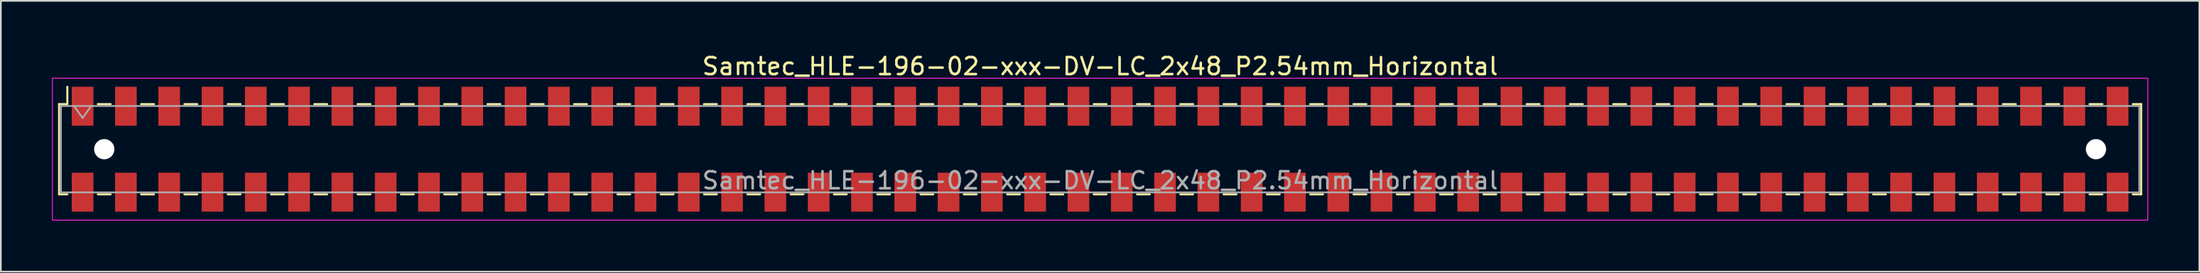
<source format=kicad_pcb>
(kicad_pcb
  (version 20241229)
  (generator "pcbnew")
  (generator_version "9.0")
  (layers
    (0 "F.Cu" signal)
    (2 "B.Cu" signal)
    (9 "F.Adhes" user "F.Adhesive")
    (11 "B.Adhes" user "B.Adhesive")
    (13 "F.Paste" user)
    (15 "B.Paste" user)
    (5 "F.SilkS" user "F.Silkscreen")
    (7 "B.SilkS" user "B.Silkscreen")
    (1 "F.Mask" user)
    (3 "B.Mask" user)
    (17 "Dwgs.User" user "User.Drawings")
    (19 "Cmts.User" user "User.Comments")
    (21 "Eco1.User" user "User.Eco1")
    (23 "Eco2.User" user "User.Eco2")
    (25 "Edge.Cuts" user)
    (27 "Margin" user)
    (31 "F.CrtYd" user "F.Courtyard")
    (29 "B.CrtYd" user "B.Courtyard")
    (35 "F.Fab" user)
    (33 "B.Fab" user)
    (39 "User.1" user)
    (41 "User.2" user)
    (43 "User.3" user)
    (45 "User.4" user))
  (footprint "Samtec_HLE-196-02-xxx-DV-LC_2x48_P2.54mm_Horizontal"
    (layer "F.Cu")
    (at 61.485 5.718)
    (property "Reference" "Samtec_HLE-196-02-xxx-DV-LC_2x48_P2.54mm_Horizontal" (at 0 -4.87 0) (layer "F.SilkS") (effects (font (size 1 1) (thickness 0.15))))
    (attr smd)
    (fp_line (start -61.07 -2.65) (end -61.07 2.65) (stroke (width 0.12) (type solid)) (layer "F.SilkS"))
    (fp_line (start -61.07 2.65) (end -60.585 2.65) (stroke (width 0.12) (type solid)) (layer "F.SilkS"))
    (fp_line (start -60.585 -3.67) (end -60.585 -2.65) (stroke (width 0.12) (type solid)) (layer "F.SilkS"))
    (fp_line (start -60.585 -2.65) (end -61.07 -2.65) (stroke (width 0.12) (type solid)) (layer "F.SilkS"))
    (fp_line (start -58.795 -2.65) (end -58.045 -2.65) (stroke (width 0.12) (type solid)) (layer "F.SilkS"))
    (fp_line (start -58.795 2.65) (end -58.045 2.65) (stroke (width 0.12) (type solid)) (layer "F.SilkS"))
    (fp_line (start -56.255 -2.65) (end -55.505 -2.65) (stroke (width 0.12) (type solid)) (layer "F.SilkS"))
    (fp_line (start -56.255 2.65) (end -55.505 2.65) (stroke (width 0.12) (type solid)) (layer "F.SilkS"))
    (fp_line (start -53.715 -2.65) (end -52.965 -2.65) (stroke (width 0.12) (type solid)) (layer "F.SilkS"))
    (fp_line (start -53.715 2.65) (end -52.965 2.65) (stroke (width 0.12) (type solid)) (layer "F.SilkS"))
    (fp_line (start -51.175 -2.65) (end -50.425 -2.65) (stroke (width 0.12) (type solid)) (layer "F.SilkS"))
    (fp_line (start -51.175 2.65) (end -50.425 2.65) (stroke (width 0.12) (type solid)) (layer "F.SilkS"))
    (fp_line (start -48.635 -2.65) (end -47.885 -2.65) (stroke (width 0.12) (type solid)) (layer "F.SilkS"))
    (fp_line (start -48.635 2.65) (end -47.885 2.65) (stroke (width 0.12) (type solid)) (layer "F.SilkS"))
    (fp_line (start -46.095 -2.65) (end -45.345 -2.65) (stroke (width 0.12) (type solid)) (layer "F.SilkS"))
    (fp_line (start -46.095 2.65) (end -45.345 2.65) (stroke (width 0.12) (type solid)) (layer "F.SilkS"))
    (fp_line (start -43.555 -2.65) (end -42.805 -2.65) (stroke (width 0.12) (type solid)) (layer "F.SilkS"))
    (fp_line (start -43.555 2.65) (end -42.805 2.65) (stroke (width 0.12) (type solid)) (layer "F.SilkS"))
    (fp_line (start -41.015 -2.65) (end -40.265 -2.65) (stroke (width 0.12) (type solid)) (layer "F.SilkS"))
    (fp_line (start -41.015 2.65) (end -40.265 2.65) (stroke (width 0.12) (type solid)) (layer "F.SilkS"))
    (fp_line (start -38.475 -2.65) (end -37.725 -2.65) (stroke (width 0.12) (type solid)) (layer "F.SilkS"))
    (fp_line (start -38.475 2.65) (end -37.725 2.65) (stroke (width 0.12) (type solid)) (layer "F.SilkS"))
    (fp_line (start -35.935 -2.65) (end -35.185 -2.65) (stroke (width 0.12) (type solid)) (layer "F.SilkS"))
    (fp_line (start -35.935 2.65) (end -35.185 2.65) (stroke (width 0.12) (type solid)) (layer "F.SilkS"))
    (fp_line (start -33.395 -2.65) (end -32.645 -2.65) (stroke (width 0.12) (type solid)) (layer "F.SilkS"))
    (fp_line (start -33.395 2.65) (end -32.645 2.65) (stroke (width 0.12) (type solid)) (layer "F.SilkS"))
    (fp_line (start -30.855 -2.65) (end -30.105 -2.65) (stroke (width 0.12) (type solid)) (layer "F.SilkS"))
    (fp_line (start -30.855 2.65) (end -30.105 2.65) (stroke (width 0.12) (type solid)) (layer "F.SilkS"))
    (fp_line (start -28.315 -2.65) (end -27.565 -2.65) (stroke (width 0.12) (type solid)) (layer "F.SilkS"))
    (fp_line (start -28.315 2.65) (end -27.565 2.65) (stroke (width 0.12) (type solid)) (layer "F.SilkS"))
    (fp_line (start -25.775 -2.65) (end -25.025 -2.65) (stroke (width 0.12) (type solid)) (layer "F.SilkS"))
    (fp_line (start -25.775 2.65) (end -25.025 2.65) (stroke (width 0.12) (type solid)) (layer "F.SilkS"))
    (fp_line (start -23.235 -2.65) (end -22.485 -2.65) (stroke (width 0.12) (type solid)) (layer "F.SilkS"))
    (fp_line (start -23.235 2.65) (end -22.485 2.65) (stroke (width 0.12) (type solid)) (layer "F.SilkS"))
    (fp_line (start -20.695 -2.65) (end -19.945 -2.65) (stroke (width 0.12) (type solid)) (layer "F.SilkS"))
    (fp_line (start -20.695 2.65) (end -19.945 2.65) (stroke (width 0.12) (type solid)) (layer "F.SilkS"))
    (fp_line (start -18.155 -2.65) (end -17.405 -2.65) (stroke (width 0.12) (type solid)) (layer "F.SilkS"))
    (fp_line (start -18.155 2.65) (end -17.405 2.65) (stroke (width 0.12) (type solid)) (layer "F.SilkS"))
    (fp_line (start -15.615 -2.65) (end -14.865 -2.65) (stroke (width 0.12) (type solid)) (layer "F.SilkS"))
    (fp_line (start -15.615 2.65) (end -14.865 2.65) (stroke (width 0.12) (type solid)) (layer "F.SilkS"))
    (fp_line (start -13.075 -2.65) (end -12.325 -2.65) (stroke (width 0.12) (type solid)) (layer "F.SilkS"))
    (fp_line (start -13.075 2.65) (end -12.325 2.65) (stroke (width 0.12) (type solid)) (layer "F.SilkS"))
    (fp_line (start -10.535 -2.65) (end -9.785 -2.65) (stroke (width 0.12) (type solid)) (layer "F.SilkS"))
    (fp_line (start -10.535 2.65) (end -9.785 2.65) (stroke (width 0.12) (type solid)) (layer "F.SilkS"))
    (fp_line (start -7.995 -2.65) (end -7.245 -2.65) (stroke (width 0.12) (type solid)) (layer "F.SilkS"))
    (fp_line (start -7.995 2.65) (end -7.245 2.65) (stroke (width 0.12) (type solid)) (layer "F.SilkS"))
    (fp_line (start -5.455 -2.65) (end -4.705 -2.65) (stroke (width 0.12) (type solid)) (layer "F.SilkS"))
    (fp_line (start -5.455 2.65) (end -4.705 2.65) (stroke (width 0.12) (type solid)) (layer "F.SilkS"))
    (fp_line (start -2.915 -2.65) (end -2.165 -2.65) (stroke (width 0.12) (type solid)) (layer "F.SilkS"))
    (fp_line (start -2.915 2.65) (end -2.165 2.65) (stroke (width 0.12) (type solid)) (layer "F.SilkS"))
    (fp_line (start -0.375 -2.65) (end 0.375 -2.65) (stroke (width 0.12) (type solid)) (layer "F.SilkS"))
    (fp_line (start -0.375 2.65) (end 0.375 2.65) (stroke (width 0.12) (type solid)) (layer "F.SilkS"))
    (fp_line (start 2.165 -2.65) (end 2.915 -2.65) (stroke (width 0.12) (type solid)) (layer "F.SilkS"))
    (fp_line (start 2.165 2.65) (end 2.915 2.65) (stroke (width 0.12) (type solid)) (layer "F.SilkS"))
    (fp_line (start 4.705 -2.65) (end 5.455 -2.65) (stroke (width 0.12) (type solid)) (layer "F.SilkS"))
    (fp_line (start 4.705 2.65) (end 5.455 2.65) (stroke (width 0.12) (type solid)) (layer "F.SilkS"))
    (fp_line (start 7.245 -2.65) (end 7.995 -2.65) (stroke (width 0.12) (type solid)) (layer "F.SilkS"))
    (fp_line (start 7.245 2.65) (end 7.995 2.65) (stroke (width 0.12) (type solid)) (layer "F.SilkS"))
    (fp_line (start 9.785 -2.65) (end 10.535 -2.65) (stroke (width 0.12) (type solid)) (layer "F.SilkS"))
    (fp_line (start 9.785 2.65) (end 10.535 2.65) (stroke (width 0.12) (type solid)) (layer "F.SilkS"))
    (fp_line (start 12.325 -2.65) (end 13.075 -2.65) (stroke (width 0.12) (type solid)) (layer "F.SilkS"))
    (fp_line (start 12.325 2.65) (end 13.075 2.65) (stroke (width 0.12) (type solid)) (layer "F.SilkS"))
    (fp_line (start 14.865 -2.65) (end 15.615 -2.65) (stroke (width 0.12) (type solid)) (layer "F.SilkS"))
    (fp_line (start 14.865 2.65) (end 15.615 2.65) (stroke (width 0.12) (type solid)) (layer "F.SilkS"))
    (fp_line (start 17.405 -2.65) (end 18.155 -2.65) (stroke (width 0.12) (type solid)) (layer "F.SilkS"))
    (fp_line (start 17.405 2.65) (end 18.155 2.65) (stroke (width 0.12) (type solid)) (layer "F.SilkS"))
    (fp_line (start 19.945 -2.65) (end 20.695 -2.65) (stroke (width 0.12) (type solid)) (layer "F.SilkS"))
    (fp_line (start 19.945 2.65) (end 20.695 2.65) (stroke (width 0.12) (type solid)) (layer "F.SilkS"))
    (fp_line (start 22.485 -2.65) (end 23.235 -2.65) (stroke (width 0.12) (type solid)) (layer "F.SilkS"))
    (fp_line (start 22.485 2.65) (end 23.235 2.65) (stroke (width 0.12) (type solid)) (layer "F.SilkS"))
    (fp_line (start 25.025 -2.65) (end 25.775 -2.65) (stroke (width 0.12) (type solid)) (layer "F.SilkS"))
    (fp_line (start 25.025 2.65) (end 25.775 2.65) (stroke (width 0.12) (type solid)) (layer "F.SilkS"))
    (fp_line (start 27.565 -2.65) (end 28.315 -2.65) (stroke (width 0.12) (type solid)) (layer "F.SilkS"))
    (fp_line (start 27.565 2.65) (end 28.315 2.65) (stroke (width 0.12) (type solid)) (layer "F.SilkS"))
    (fp_line (start 30.105 -2.65) (end 30.855 -2.65) (stroke (width 0.12) (type solid)) (layer "F.SilkS"))
    (fp_line (start 30.105 2.65) (end 30.855 2.65) (stroke (width 0.12) (type solid)) (layer "F.SilkS"))
    (fp_line (start 32.645 -2.65) (end 33.395 -2.65) (stroke (width 0.12) (type solid)) (layer "F.SilkS"))
    (fp_line (start 32.645 2.65) (end 33.395 2.65) (stroke (width 0.12) (type solid)) (layer "F.SilkS"))
    (fp_line (start 35.185 -2.65) (end 35.935 -2.65) (stroke (width 0.12) (type solid)) (layer "F.SilkS"))
    (fp_line (start 35.185 2.65) (end 35.935 2.65) (stroke (width 0.12) (type solid)) (layer "F.SilkS"))
    (fp_line (start 37.725 -2.65) (end 38.475 -2.65) (stroke (width 0.12) (type solid)) (layer "F.SilkS"))
    (fp_line (start 37.725 2.65) (end 38.475 2.65) (stroke (width 0.12) (type solid)) (layer "F.SilkS"))
    (fp_line (start 40.265 -2.65) (end 41.015 -2.65) (stroke (width 0.12) (type solid)) (layer "F.SilkS"))
    (fp_line (start 40.265 2.65) (end 41.015 2.65) (stroke (width 0.12) (type solid)) (layer "F.SilkS"))
    (fp_line (start 42.805 -2.65) (end 43.555 -2.65) (stroke (width 0.12) (type solid)) (layer "F.SilkS"))
    (fp_line (start 42.805 2.65) (end 43.555 2.65) (stroke (width 0.12) (type solid)) (layer "F.SilkS"))
    (fp_line (start 45.345 -2.65) (end 46.095 -2.65) (stroke (width 0.12) (type solid)) (layer "F.SilkS"))
    (fp_line (start 45.345 2.65) (end 46.095 2.65) (stroke (width 0.12) (type solid)) (layer "F.SilkS"))
    (fp_line (start 47.885 -2.65) (end 48.635 -2.65) (stroke (width 0.12) (type solid)) (layer "F.SilkS"))
    (fp_line (start 47.885 2.65) (end 48.635 2.65) (stroke (width 0.12) (type solid)) (layer "F.SilkS"))
    (fp_line (start 50.425 -2.65) (end 51.175 -2.65) (stroke (width 0.12) (type solid)) (layer "F.SilkS"))
    (fp_line (start 50.425 2.65) (end 51.175 2.65) (stroke (width 0.12) (type solid)) (layer "F.SilkS"))
    (fp_line (start 52.965 -2.65) (end 53.715 -2.65) (stroke (width 0.12) (type solid)) (layer "F.SilkS"))
    (fp_line (start 52.965 2.65) (end 53.715 2.65) (stroke (width 0.12) (type solid)) (layer "F.SilkS"))
    (fp_line (start 55.505 -2.65) (end 56.255 -2.65) (stroke (width 0.12) (type solid)) (layer "F.SilkS"))
    (fp_line (start 55.505 2.65) (end 56.255 2.65) (stroke (width 0.12) (type solid)) (layer "F.SilkS"))
    (fp_line (start 58.045 -2.65) (end 58.795 -2.65) (stroke (width 0.12) (type solid)) (layer "F.SilkS"))
    (fp_line (start 58.045 2.65) (end 58.795 2.65) (stroke (width 0.12) (type solid)) (layer "F.SilkS"))
    (fp_line (start 60.585 -2.65) (end 61.07 -2.65) (stroke (width 0.12) (type solid)) (layer "F.SilkS"))
    (fp_line (start 61.07 -2.65) (end 61.07 2.65) (stroke (width 0.12) (type solid)) (layer "F.SilkS"))
    (fp_line (start 61.07 2.65) (end 60.585 2.65) (stroke (width 0.12) (type solid)) (layer "F.SilkS"))
    (fp_line (start -61.46 -4.17) (end 61.46 -4.17) (stroke (width 0.05) (type solid)) (layer "F.CrtYd"))
    (fp_line (start -61.46 4.17) (end -61.46 -4.17) (stroke (width 0.05) (type solid)) (layer "F.CrtYd"))
    (fp_line (start 61.46 -4.17) (end 61.46 4.17) (stroke (width 0.05) (type solid)) (layer "F.CrtYd"))
    (fp_line (start 61.46 4.17) (end -61.46 4.17) (stroke (width 0.05) (type solid)) (layer "F.CrtYd"))
    (fp_line (start -60.96 -2.54) (end 60.96 -2.54) (stroke (width 0.1) (type solid)) (layer "F.Fab"))
    (fp_line (start -60.96 2.54) (end -60.96 -2.54) (stroke (width 0.1) (type solid)) (layer "F.Fab"))
    (fp_line (start -60.19 -2.54) (end -59.69 -1.833) (stroke (width 0.1) (type solid)) (layer "F.Fab"))
    (fp_line (start -59.69 -1.833) (end -59.19 -2.54) (stroke (width 0.1) (type solid)) (layer "F.Fab"))
    (fp_line (start 60.96 -2.54) (end 60.96 2.54) (stroke (width 0.1) (type solid)) (layer "F.Fab"))
    (fp_line (start 60.96 2.54) (end -60.96 2.54) (stroke (width 0.1) (type solid)) (layer "F.Fab"))
    (fp_text user "${REFERENCE}" (at 0 1.84 0) (layer "F.Fab") (effects (font (size 1 1) (thickness 0.15))))
    (pad "" np_thru_hole circle (at -58.42 0) (size 1.19 1.19) (drill 1.19) (layers "*.Cu" "*.Mask"))
    (pad "" np_thru_hole circle (at 58.42 0) (size 1.19 1.19) (drill 1.19) (layers "*.Cu" "*.Mask"))
    (pad "1" smd rect (at -59.69 -2.525) (size 1.27 2.29) (layers "F.Cu" "F.Mask" "F.Paste"))
    (pad "2" smd rect (at -59.69 2.525) (size 1.27 2.29) (layers "F.Cu" "F.Mask" "F.Paste"))
    (pad "3" smd rect (at -57.15 -2.525) (size 1.27 2.29) (layers "F.Cu" "F.Mask" "F.Paste"))
    (pad "4" smd rect (at -57.15 2.525) (size 1.27 2.29) (layers "F.Cu" "F.Mask" "F.Paste"))
    (pad "5" smd rect (at -54.61 -2.525) (size 1.27 2.29) (layers "F.Cu" "F.Mask" "F.Paste"))
    (pad "6" smd rect (at -54.61 2.525) (size 1.27 2.29) (layers "F.Cu" "F.Mask" "F.Paste"))
    (pad "7" smd rect (at -52.07 -2.525) (size 1.27 2.29) (layers "F.Cu" "F.Mask" "F.Paste"))
    (pad "8" smd rect (at -52.07 2.525) (size 1.27 2.29) (layers "F.Cu" "F.Mask" "F.Paste"))
    (pad "9" smd rect (at -49.53 -2.525) (size 1.27 2.29) (layers "F.Cu" "F.Mask" "F.Paste"))
    (pad "10" smd rect (at -49.53 2.525) (size 1.27 2.29) (layers "F.Cu" "F.Mask" "F.Paste"))
    (pad "11" smd rect (at -46.99 -2.525) (size 1.27 2.29) (layers "F.Cu" "F.Mask" "F.Paste"))
    (pad "12" smd rect (at -46.99 2.525) (size 1.27 2.29) (layers "F.Cu" "F.Mask" "F.Paste"))
    (pad "13" smd rect (at -44.45 -2.525) (size 1.27 2.29) (layers "F.Cu" "F.Mask" "F.Paste"))
    (pad "14" smd rect (at -44.45 2.525) (size 1.27 2.29) (layers "F.Cu" "F.Mask" "F.Paste"))
    (pad "15" smd rect (at -41.91 -2.525) (size 1.27 2.29) (layers "F.Cu" "F.Mask" "F.Paste"))
    (pad "16" smd rect (at -41.91 2.525) (size 1.27 2.29) (layers "F.Cu" "F.Mask" "F.Paste"))
    (pad "17" smd rect (at -39.37 -2.525) (size 1.27 2.29) (layers "F.Cu" "F.Mask" "F.Paste"))
    (pad "18" smd rect (at -39.37 2.525) (size 1.27 2.29) (layers "F.Cu" "F.Mask" "F.Paste"))
    (pad "19" smd rect (at -36.83 -2.525) (size 1.27 2.29) (layers "F.Cu" "F.Mask" "F.Paste"))
    (pad "20" smd rect (at -36.83 2.525) (size 1.27 2.29) (layers "F.Cu" "F.Mask" "F.Paste"))
    (pad "21" smd rect (at -34.29 -2.525) (size 1.27 2.29) (layers "F.Cu" "F.Mask" "F.Paste"))
    (pad "22" smd rect (at -34.29 2.525) (size 1.27 2.29) (layers "F.Cu" "F.Mask" "F.Paste"))
    (pad "23" smd rect (at -31.75 -2.525) (size 1.27 2.29) (layers "F.Cu" "F.Mask" "F.Paste"))
    (pad "24" smd rect (at -31.75 2.525) (size 1.27 2.29) (layers "F.Cu" "F.Mask" "F.Paste"))
    (pad "25" smd rect (at -29.21 -2.525) (size 1.27 2.29) (layers "F.Cu" "F.Mask" "F.Paste"))
    (pad "26" smd rect (at -29.21 2.525) (size 1.27 2.29) (layers "F.Cu" "F.Mask" "F.Paste"))
    (pad "27" smd rect (at -26.67 -2.525) (size 1.27 2.29) (layers "F.Cu" "F.Mask" "F.Paste"))
    (pad "28" smd rect (at -26.67 2.525) (size 1.27 2.29) (layers "F.Cu" "F.Mask" "F.Paste"))
    (pad "29" smd rect (at -24.13 -2.525) (size 1.27 2.29) (layers "F.Cu" "F.Mask" "F.Paste"))
    (pad "30" smd rect (at -24.13 2.525) (size 1.27 2.29) (layers "F.Cu" "F.Mask" "F.Paste"))
    (pad "31" smd rect (at -21.59 -2.525) (size 1.27 2.29) (layers "F.Cu" "F.Mask" "F.Paste"))
    (pad "32" smd rect (at -21.59 2.525) (size 1.27 2.29) (layers "F.Cu" "F.Mask" "F.Paste"))
    (pad "33" smd rect (at -19.05 -2.525) (size 1.27 2.29) (layers "F.Cu" "F.Mask" "F.Paste"))
    (pad "34" smd rect (at -19.05 2.525) (size 1.27 2.29) (layers "F.Cu" "F.Mask" "F.Paste"))
    (pad "35" smd rect (at -16.51 -2.525) (size 1.27 2.29) (layers "F.Cu" "F.Mask" "F.Paste"))
    (pad "36" smd rect (at -16.51 2.525) (size 1.27 2.29) (layers "F.Cu" "F.Mask" "F.Paste"))
    (pad "37" smd rect (at -13.97 -2.525) (size 1.27 2.29) (layers "F.Cu" "F.Mask" "F.Paste"))
    (pad "38" smd rect (at -13.97 2.525) (size 1.27 2.29) (layers "F.Cu" "F.Mask" "F.Paste"))
    (pad "39" smd rect (at -11.43 -2.525) (size 1.27 2.29) (layers "F.Cu" "F.Mask" "F.Paste"))
    (pad "40" smd rect (at -11.43 2.525) (size 1.27 2.29) (layers "F.Cu" "F.Mask" "F.Paste"))
    (pad "41" smd rect (at -8.89 -2.525) (size 1.27 2.29) (layers "F.Cu" "F.Mask" "F.Paste"))
    (pad "42" smd rect (at -8.89 2.525) (size 1.27 2.29) (layers "F.Cu" "F.Mask" "F.Paste"))
    (pad "43" smd rect (at -6.35 -2.525) (size 1.27 2.29) (layers "F.Cu" "F.Mask" "F.Paste"))
    (pad "44" smd rect (at -6.35 2.525) (size 1.27 2.29) (layers "F.Cu" "F.Mask" "F.Paste"))
    (pad "45" smd rect (at -3.81 -2.525) (size 1.27 2.29) (layers "F.Cu" "F.Mask" "F.Paste"))
    (pad "46" smd rect (at -3.81 2.525) (size 1.27 2.29) (layers "F.Cu" "F.Mask" "F.Paste"))
    (pad "47" smd rect (at -1.27 -2.525) (size 1.27 2.29) (layers "F.Cu" "F.Mask" "F.Paste"))
    (pad "48" smd rect (at -1.27 2.525) (size 1.27 2.29) (layers "F.Cu" "F.Mask" "F.Paste"))
    (pad "49" smd rect (at 1.27 -2.525) (size 1.27 2.29) (layers "F.Cu" "F.Mask" "F.Paste"))
    (pad "50" smd rect (at 1.27 2.525) (size 1.27 2.29) (layers "F.Cu" "F.Mask" "F.Paste"))
    (pad "51" smd rect (at 3.81 -2.525) (size 1.27 2.29) (layers "F.Cu" "F.Mask" "F.Paste"))
    (pad "52" smd rect (at 3.81 2.525) (size 1.27 2.29) (layers "F.Cu" "F.Mask" "F.Paste"))
    (pad "53" smd rect (at 6.35 -2.525) (size 1.27 2.29) (layers "F.Cu" "F.Mask" "F.Paste"))
    (pad "54" smd rect (at 6.35 2.525) (size 1.27 2.29) (layers "F.Cu" "F.Mask" "F.Paste"))
    (pad "55" smd rect (at 8.89 -2.525) (size 1.27 2.29) (layers "F.Cu" "F.Mask" "F.Paste"))
    (pad "56" smd rect (at 8.89 2.525) (size 1.27 2.29) (layers "F.Cu" "F.Mask" "F.Paste"))
    (pad "57" smd rect (at 11.43 -2.525) (size 1.27 2.29) (layers "F.Cu" "F.Mask" "F.Paste"))
    (pad "58" smd rect (at 11.43 2.525) (size 1.27 2.29) (layers "F.Cu" "F.Mask" "F.Paste"))
    (pad "59" smd rect (at 13.97 -2.525) (size 1.27 2.29) (layers "F.Cu" "F.Mask" "F.Paste"))
    (pad "60" smd rect (at 13.97 2.525) (size 1.27 2.29) (layers "F.Cu" "F.Mask" "F.Paste"))
    (pad "61" smd rect (at 16.51 -2.525) (size 1.27 2.29) (layers "F.Cu" "F.Mask" "F.Paste"))
    (pad "62" smd rect (at 16.51 2.525) (size 1.27 2.29) (layers "F.Cu" "F.Mask" "F.Paste"))
    (pad "63" smd rect (at 19.05 -2.525) (size 1.27 2.29) (layers "F.Cu" "F.Mask" "F.Paste"))
    (pad "64" smd rect (at 19.05 2.525) (size 1.27 2.29) (layers "F.Cu" "F.Mask" "F.Paste"))
    (pad "65" smd rect (at 21.59 -2.525) (size 1.27 2.29) (layers "F.Cu" "F.Mask" "F.Paste"))
    (pad "66" smd rect (at 21.59 2.525) (size 1.27 2.29) (layers "F.Cu" "F.Mask" "F.Paste"))
    (pad "67" smd rect (at 24.13 -2.525) (size 1.27 2.29) (layers "F.Cu" "F.Mask" "F.Paste"))
    (pad "68" smd rect (at 24.13 2.525) (size 1.27 2.29) (layers "F.Cu" "F.Mask" "F.Paste"))
    (pad "69" smd rect (at 26.67 -2.525) (size 1.27 2.29) (layers "F.Cu" "F.Mask" "F.Paste"))
    (pad "70" smd rect (at 26.67 2.525) (size 1.27 2.29) (layers "F.Cu" "F.Mask" "F.Paste"))
    (pad "71" smd rect (at 29.21 -2.525) (size 1.27 2.29) (layers "F.Cu" "F.Mask" "F.Paste"))
    (pad "72" smd rect (at 29.21 2.525) (size 1.27 2.29) (layers "F.Cu" "F.Mask" "F.Paste"))
    (pad "73" smd rect (at 31.75 -2.525) (size 1.27 2.29) (layers "F.Cu" "F.Mask" "F.Paste"))
    (pad "74" smd rect (at 31.75 2.525) (size 1.27 2.29) (layers "F.Cu" "F.Mask" "F.Paste"))
    (pad "75" smd rect (at 34.29 -2.525) (size 1.27 2.29) (layers "F.Cu" "F.Mask" "F.Paste"))
    (pad "76" smd rect (at 34.29 2.525) (size 1.27 2.29) (layers "F.Cu" "F.Mask" "F.Paste"))
    (pad "77" smd rect (at 36.83 -2.525) (size 1.27 2.29) (layers "F.Cu" "F.Mask" "F.Paste"))
    (pad "78" smd rect (at 36.83 2.525) (size 1.27 2.29) (layers "F.Cu" "F.Mask" "F.Paste"))
    (pad "79" smd rect (at 39.37 -2.525) (size 1.27 2.29) (layers "F.Cu" "F.Mask" "F.Paste"))
    (pad "80" smd rect (at 39.37 2.525) (size 1.27 2.29) (layers "F.Cu" "F.Mask" "F.Paste"))
    (pad "81" smd rect (at 41.91 -2.525) (size 1.27 2.29) (layers "F.Cu" "F.Mask" "F.Paste"))
    (pad "82" smd rect (at 41.91 2.525) (size 1.27 2.29) (layers "F.Cu" "F.Mask" "F.Paste"))
    (pad "83" smd rect (at 44.45 -2.525) (size 1.27 2.29) (layers "F.Cu" "F.Mask" "F.Paste"))
    (pad "84" smd rect (at 44.45 2.525) (size 1.27 2.29) (layers "F.Cu" "F.Mask" "F.Paste"))
    (pad "85" smd rect (at 46.99 -2.525) (size 1.27 2.29) (layers "F.Cu" "F.Mask" "F.Paste"))
    (pad "86" smd rect (at 46.99 2.525) (size 1.27 2.29) (layers "F.Cu" "F.Mask" "F.Paste"))
    (pad "87" smd rect (at 49.53 -2.525) (size 1.27 2.29) (layers "F.Cu" "F.Mask" "F.Paste"))
    (pad "88" smd rect (at 49.53 2.525) (size 1.27 2.29) (layers "F.Cu" "F.Mask" "F.Paste"))
    (pad "89" smd rect (at 52.07 -2.525) (size 1.27 2.29) (layers "F.Cu" "F.Mask" "F.Paste"))
    (pad "90" smd rect (at 52.07 2.525) (size 1.27 2.29) (layers "F.Cu" "F.Mask" "F.Paste"))
    (pad "91" smd rect (at 54.61 -2.525) (size 1.27 2.29) (layers "F.Cu" "F.Mask" "F.Paste"))
    (pad "92" smd rect (at 54.61 2.525) (size 1.27 2.29) (layers "F.Cu" "F.Mask" "F.Paste"))
    (pad "93" smd rect (at 57.15 -2.525) (size 1.27 2.29) (layers "F.Cu" "F.Mask" "F.Paste"))
    (pad "94" smd rect (at 57.15 2.525) (size 1.27 2.29) (layers "F.Cu" "F.Mask" "F.Paste"))
    (pad "95" smd rect (at 59.69 -2.525) (size 1.27 2.29) (layers "F.Cu" "F.Mask" "F.Paste"))
    (pad "96" smd rect (at 59.69 2.525) (size 1.27 2.29) (layers "F.Cu" "F.Mask" "F.Paste")))
  (gr_rect
    (start -3 -3)
    (end 125.97 12.913)
    (stroke (width 0.1) (type default))
    (fill no)
    (layer "Edge.Cuts")))
</source>
